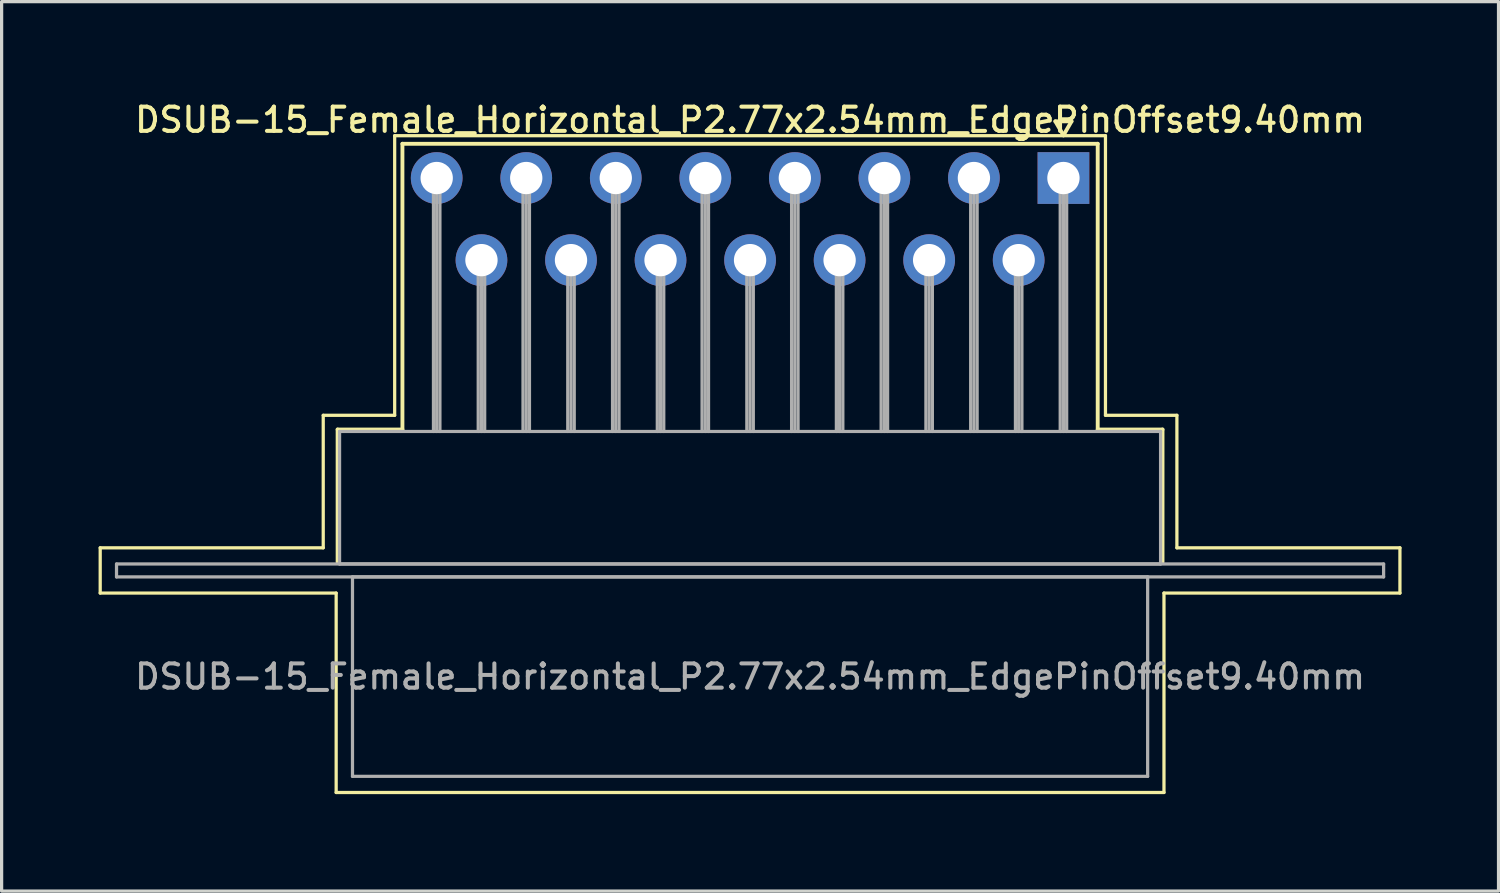
<source format=kicad_pcb>
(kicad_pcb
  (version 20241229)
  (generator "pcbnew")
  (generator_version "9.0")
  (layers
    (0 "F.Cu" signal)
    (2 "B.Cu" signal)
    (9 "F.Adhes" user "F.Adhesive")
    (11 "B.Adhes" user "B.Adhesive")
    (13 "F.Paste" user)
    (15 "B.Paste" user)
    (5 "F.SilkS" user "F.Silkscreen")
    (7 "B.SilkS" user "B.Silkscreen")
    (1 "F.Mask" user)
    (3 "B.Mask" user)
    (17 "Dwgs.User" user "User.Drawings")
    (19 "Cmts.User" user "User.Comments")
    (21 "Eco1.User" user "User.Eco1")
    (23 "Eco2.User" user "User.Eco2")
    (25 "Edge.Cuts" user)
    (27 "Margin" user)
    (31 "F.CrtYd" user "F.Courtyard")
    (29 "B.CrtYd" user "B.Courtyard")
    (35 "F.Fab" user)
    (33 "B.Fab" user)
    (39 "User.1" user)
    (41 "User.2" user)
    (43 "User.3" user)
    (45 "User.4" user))
  (footprint "DSUB-15_Female_Horizontal_P2.77x2.54mm_EdgePinOffset9.40mm"
    (layer "F.Cu")
    (at 29.85 2.458)
    (property "Reference" "DSUB-15_Female_Horizontal_P2.77x2.54mm_EdgePinOffset9.40mm" (at -9.695 -1.8 0) (layer "F.SilkS") (effects (font (size 0.75 0.75) (thickness 0.125))))
    (attr through_hole)
    (fp_line (start -29.8 11.44) (end -22.9 11.44) (stroke (width 0.1) (type solid)) (layer "F.SilkS"))
    (fp_line (start -29.8 12.84) (end -29.8 11.44) (stroke (width 0.1) (type solid)) (layer "F.SilkS"))
    (fp_line (start -22.9 7.34) (end -20.69 7.34) (stroke (width 0.1) (type solid)) (layer "F.SilkS"))
    (fp_line (start -22.9 11.44) (end -22.9 7.34) (stroke (width 0.1) (type solid)) (layer "F.SilkS"))
    (fp_line (start -22.5 12.84) (end -29.8 12.84) (stroke (width 0.1) (type solid)) (layer "F.SilkS"))
    (fp_line (start -22.5 19.01) (end -22.5 12.84) (stroke (width 0.1) (type solid)) (layer "F.SilkS"))
    (fp_line (start -22.455 7.78) (end -20.45 7.78) (stroke (width 0.12) (type solid)) (layer "F.SilkS"))
    (fp_line (start -22.455 11.88) (end -22.455 7.78) (stroke (width 0.12) (type solid)) (layer "F.SilkS"))
    (fp_line (start -20.69 -1.31) (end 1.3 -1.31) (stroke (width 0.1) (type solid)) (layer "F.SilkS"))
    (fp_line (start -20.69 7.34) (end -20.69 -1.31) (stroke (width 0.1) (type solid)) (layer "F.SilkS"))
    (fp_line (start -20.45 -1.06) (end 1.06 -1.06) (stroke (width 0.12) (type solid)) (layer "F.SilkS"))
    (fp_line (start -20.45 7.78) (end -20.45 -1.06) (stroke (width 0.12) (type solid)) (layer "F.SilkS"))
    (fp_line (start -0.25 -1.754) (end 0.25 -1.754) (stroke (width 0.12) (type solid)) (layer "F.SilkS"))
    (fp_line (start 0 -1.321) (end -0.25 -1.754) (stroke (width 0.12) (type solid)) (layer "F.SilkS"))
    (fp_line (start 0.25 -1.754) (end 0 -1.321) (stroke (width 0.12) (type solid)) (layer "F.SilkS"))
    (fp_line (start 1.06 -1.06) (end 1.06 7.78) (stroke (width 0.12) (type solid)) (layer "F.SilkS"))
    (fp_line (start 1.06 7.78) (end 3.065 7.78) (stroke (width 0.12) (type solid)) (layer "F.SilkS"))
    (fp_line (start 1.3 -1.31) (end 1.3 7.34) (stroke (width 0.1) (type solid)) (layer "F.SilkS"))
    (fp_line (start 1.3 7.34) (end 3.51 7.34) (stroke (width 0.1) (type solid)) (layer "F.SilkS"))
    (fp_line (start 3.065 7.78) (end 3.065 11.88) (stroke (width 0.12) (type solid)) (layer "F.SilkS"))
    (fp_line (start 3.11 12.84) (end 3.11 19.01) (stroke (width 0.1) (type solid)) (layer "F.SilkS"))
    (fp_line (start 3.11 19.01) (end -22.5 19.01) (stroke (width 0.1) (type solid)) (layer "F.SilkS"))
    (fp_line (start 3.51 7.34) (end 3.51 11.44) (stroke (width 0.1) (type solid)) (layer "F.SilkS"))
    (fp_line (start 3.51 11.44) (end 10.41 11.44) (stroke (width 0.1) (type solid)) (layer "F.SilkS"))
    (fp_line (start 10.41 11.44) (end 10.41 12.84) (stroke (width 0.1) (type solid)) (layer "F.SilkS"))
    (fp_line (start 10.41 12.84) (end 3.11 12.84) (stroke (width 0.1) (type solid)) (layer "F.SilkS"))
    (fp_line (start -29.295 11.94) (end -29.295 12.34) (stroke (width 0.1) (type solid)) (layer "F.Fab"))
    (fp_line (start -29.295 12.34) (end 9.905 12.34) (stroke (width 0.1) (type solid)) (layer "F.Fab"))
    (fp_line (start -22.395 7.84) (end -22.395 11.94) (stroke (width 0.1) (type solid)) (layer "F.Fab"))
    (fp_line (start -22.395 11.94) (end 3.005 11.94) (stroke (width 0.1) (type solid)) (layer "F.Fab"))
    (fp_line (start -21.995 12.34) (end -21.995 18.51) (stroke (width 0.1) (type solid)) (layer "F.Fab"))
    (fp_line (start -21.995 18.51) (end 2.605 18.51) (stroke (width 0.1) (type solid)) (layer "F.Fab"))
    (fp_line (start -19.49 0) (end -19.49 7.84) (stroke (width 0.1) (type solid)) (layer "F.Fab"))
    (fp_line (start -19.39 0) (end -19.39 7.84) (stroke (width 0.1) (type solid)) (layer "F.Fab"))
    (fp_line (start -19.29 0) (end -19.29 7.84) (stroke (width 0.1) (type solid)) (layer "F.Fab"))
    (fp_line (start -18.105 2.54) (end -18.105 7.84) (stroke (width 0.1) (type solid)) (layer "F.Fab"))
    (fp_line (start -18.005 2.54) (end -18.005 7.84) (stroke (width 0.1) (type solid)) (layer "F.Fab"))
    (fp_line (start -17.905 2.54) (end -17.905 7.84) (stroke (width 0.1) (type solid)) (layer "F.Fab"))
    (fp_line (start -16.72 0) (end -16.72 7.84) (stroke (width 0.1) (type solid)) (layer "F.Fab"))
    (fp_line (start -16.62 0) (end -16.62 7.84) (stroke (width 0.1) (type solid)) (layer "F.Fab"))
    (fp_line (start -16.52 0) (end -16.52 7.84) (stroke (width 0.1) (type solid)) (layer "F.Fab"))
    (fp_line (start -15.335 2.54) (end -15.335 7.84) (stroke (width 0.1) (type solid)) (layer "F.Fab"))
    (fp_line (start -15.235 2.54) (end -15.235 7.84) (stroke (width 0.1) (type solid)) (layer "F.Fab"))
    (fp_line (start -15.135 2.54) (end -15.135 7.84) (stroke (width 0.1) (type solid)) (layer "F.Fab"))
    (fp_line (start -13.95 0) (end -13.95 7.84) (stroke (width 0.1) (type solid)) (layer "F.Fab"))
    (fp_line (start -13.85 0) (end -13.85 7.84) (stroke (width 0.1) (type solid)) (layer "F.Fab"))
    (fp_line (start -13.75 0) (end -13.75 7.84) (stroke (width 0.1) (type solid)) (layer "F.Fab"))
    (fp_line (start -12.565 2.54) (end -12.565 7.84) (stroke (width 0.1) (type solid)) (layer "F.Fab"))
    (fp_line (start -12.465 2.54) (end -12.465 7.84) (stroke (width 0.1) (type solid)) (layer "F.Fab"))
    (fp_line (start -12.365 2.54) (end -12.365 7.84) (stroke (width 0.1) (type solid)) (layer "F.Fab"))
    (fp_line (start -11.18 0) (end -11.18 7.84) (stroke (width 0.1) (type solid)) (layer "F.Fab"))
    (fp_line (start -11.08 0) (end -11.08 7.84) (stroke (width 0.1) (type solid)) (layer "F.Fab"))
    (fp_line (start -10.98 0) (end -10.98 7.84) (stroke (width 0.1) (type solid)) (layer "F.Fab"))
    (fp_line (start -9.795 2.54) (end -9.795 7.84) (stroke (width 0.1) (type solid)) (layer "F.Fab"))
    (fp_line (start -9.695 2.54) (end -9.695 7.84) (stroke (width 0.1) (type solid)) (layer "F.Fab"))
    (fp_line (start -9.595 2.54) (end -9.595 7.84) (stroke (width 0.1) (type solid)) (layer "F.Fab"))
    (fp_line (start -8.41 0) (end -8.41 7.84) (stroke (width 0.1) (type solid)) (layer "F.Fab"))
    (fp_line (start -8.31 0) (end -8.31 7.84) (stroke (width 0.1) (type solid)) (layer "F.Fab"))
    (fp_line (start -8.21 0) (end -8.21 7.84) (stroke (width 0.1) (type solid)) (layer "F.Fab"))
    (fp_line (start -7.025 2.54) (end -7.025 7.84) (stroke (width 0.1) (type solid)) (layer "F.Fab"))
    (fp_line (start -6.925 2.54) (end -6.925 7.84) (stroke (width 0.1) (type solid)) (layer "F.Fab"))
    (fp_line (start -6.825 2.54) (end -6.825 7.84) (stroke (width 0.1) (type solid)) (layer "F.Fab"))
    (fp_line (start -5.64 0) (end -5.64 7.84) (stroke (width 0.1) (type solid)) (layer "F.Fab"))
    (fp_line (start -5.54 0) (end -5.54 7.84) (stroke (width 0.1) (type solid)) (layer "F.Fab"))
    (fp_line (start -5.44 0) (end -5.44 7.84) (stroke (width 0.1) (type solid)) (layer "F.Fab"))
    (fp_line (start -4.255 2.54) (end -4.255 7.84) (stroke (width 0.1) (type solid)) (layer "F.Fab"))
    (fp_line (start -4.155 2.54) (end -4.155 7.84) (stroke (width 0.1) (type solid)) (layer "F.Fab"))
    (fp_line (start -4.055 2.54) (end -4.055 7.84) (stroke (width 0.1) (type solid)) (layer "F.Fab"))
    (fp_line (start -2.87 0) (end -2.87 7.84) (stroke (width 0.1) (type solid)) (layer "F.Fab"))
    (fp_line (start -2.77 0) (end -2.77 7.84) (stroke (width 0.1) (type solid)) (layer "F.Fab"))
    (fp_line (start -2.67 0) (end -2.67 7.84) (stroke (width 0.1) (type solid)) (layer "F.Fab"))
    (fp_line (start -1.485 2.54) (end -1.485 7.84) (stroke (width 0.1) (type solid)) (layer "F.Fab"))
    (fp_line (start -1.385 2.54) (end -1.385 7.84) (stroke (width 0.1) (type solid)) (layer "F.Fab"))
    (fp_line (start -1.285 2.54) (end -1.285 7.84) (stroke (width 0.1) (type solid)) (layer "F.Fab"))
    (fp_line (start -0.1 0) (end -0.1 7.84) (stroke (width 0.1) (type solid)) (layer "F.Fab"))
    (fp_line (start 0 0) (end 0 7.84) (stroke (width 0.1) (type solid)) (layer "F.Fab"))
    (fp_line (start 0.1 0) (end 0.1 7.84) (stroke (width 0.1) (type solid)) (layer "F.Fab"))
    (fp_line (start 2.605 12.34) (end -21.995 12.34) (stroke (width 0.1) (type solid)) (layer "F.Fab"))
    (fp_line (start 2.605 18.51) (end 2.605 12.34) (stroke (width 0.1) (type solid)) (layer "F.Fab"))
    (fp_line (start 3.005 7.84) (end -22.395 7.84) (stroke (width 0.1) (type solid)) (layer "F.Fab"))
    (fp_line (start 3.005 11.94) (end 3.005 7.84) (stroke (width 0.1) (type solid)) (layer "F.Fab"))
    (fp_line (start 9.905 11.94) (end -29.295 11.94) (stroke (width 0.1) (type solid)) (layer "F.Fab"))
    (fp_line (start 9.905 12.34) (end 9.905 11.94) (stroke (width 0.1) (type solid)) (layer "F.Fab"))
    (fp_text user "${REFERENCE}" (at -9.695 15.425 0) (layer "F.Fab") (effects (font (size 0.75 0.75) (thickness 0.125))))
    (pad "1" thru_hole rect (at 0 0) (size 1.6 1.6) (drill 1) (layers "*.Cu" "*.Mask"))
    (pad "2" thru_hole circle (at -2.77 0) (size 1.6 1.6) (drill 1) (layers "*.Cu" "*.Mask"))
    (pad "3" thru_hole circle (at -5.54 0) (size 1.6 1.6) (drill 1) (layers "*.Cu" "*.Mask"))
    (pad "4" thru_hole circle (at -8.31 0) (size 1.6 1.6) (drill 1) (layers "*.Cu" "*.Mask"))
    (pad "5" thru_hole circle (at -11.08 0) (size 1.6 1.6) (drill 1) (layers "*.Cu" "*.Mask"))
    (pad "6" thru_hole circle (at -13.85 0) (size 1.6 1.6) (drill 1) (layers "*.Cu" "*.Mask"))
    (pad "7" thru_hole circle (at -16.62 0) (size 1.6 1.6) (drill 1) (layers "*.Cu" "*.Mask"))
    (pad "8" thru_hole circle (at -19.39 0) (size 1.6 1.6) (drill 1) (layers "*.Cu" "*.Mask"))
    (pad "9" thru_hole circle (at -1.385 2.54) (size 1.6 1.6) (drill 1) (layers "*.Cu" "*.Mask"))
    (pad "10" thru_hole circle (at -4.155 2.54) (size 1.6 1.6) (drill 1) (layers "*.Cu" "*.Mask"))
    (pad "11" thru_hole circle (at -6.925 2.54) (size 1.6 1.6) (drill 1) (layers "*.Cu" "*.Mask"))
    (pad "12" thru_hole circle (at -9.695 2.54) (size 1.6 1.6) (drill 1) (layers "*.Cu" "*.Mask"))
    (pad "13" thru_hole circle (at -12.465 2.54) (size 1.6 1.6) (drill 1) (layers "*.Cu" "*.Mask"))
    (pad "14" thru_hole circle (at -15.235 2.54) (size 1.6 1.6) (drill 1) (layers "*.Cu" "*.Mask"))
    (pad "15" thru_hole circle (at -18.005 2.54) (size 1.6 1.6) (drill 1) (layers "*.Cu" "*.Mask")))
  (gr_rect
    (start -3 -3)
    (end 43.31 24.518)
    (stroke (width 0.1) (type default))
    (fill no)
    (layer "Edge.Cuts")))
</source>
